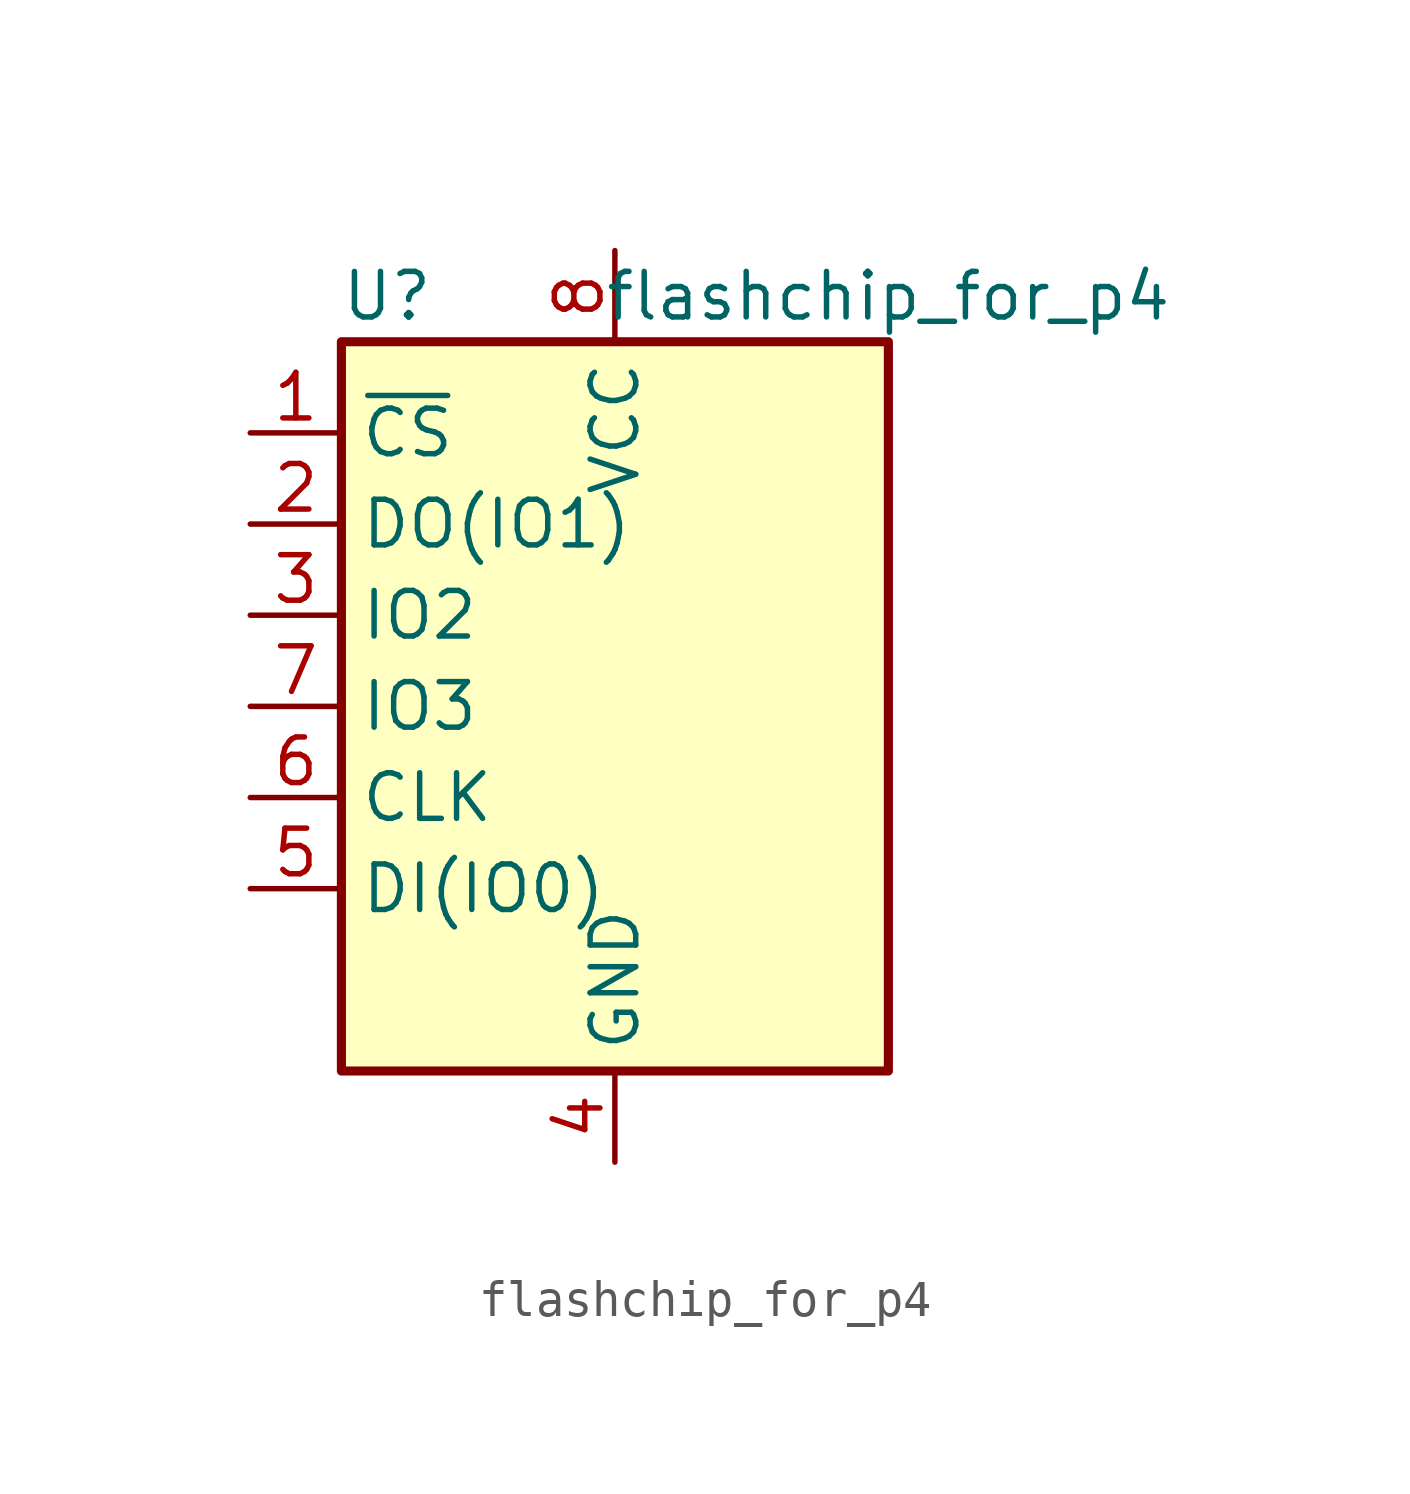
<source format=kicad_sym>
(kicad_symbol_lib
  (version 20231120)
  (generator "kicad_symbol_editor")
  (generator_version "8.0")
  (symbol "flashchip_for_p4"
    (property "Reference" "U"
      (at -6.35 11.43 0)
      (effects (font (size 1.27 1.27))))
    (property "Value" "flashchip_for_p4"
      (at 7.62 11.43 0)
      (effects (font (size 1.27 1.27))))
    (symbol "flashchip_for_p4_0_1"
      (rectangle (start -7.62 10.16) (end 7.62 -10.16) (stroke (width 0.254) (type default)) (fill (type background))))
    (symbol "flashchip_for_p4_1_1"
      (pin input line (at -10.16 7.62 0) (length 2.54) (name "~{CS}" (effects (font (size 1.27 1.27)))) (number "1" (effects (font (size 1.27 1.27)))))
      (pin bidirectional line (at -10.16 5.08 0) (length 2.54) (name "DO(IO1)" (effects (font (size 1.27 1.27)))) (number "2" (effects (font (size 1.27 1.27)))))
      (pin bidirectional line (at -10.16 2.54 0) (length 2.54) (name "IO2" (effects (font (size 1.27 1.27)))) (number "3" (effects (font (size 1.27 1.27)))))
      (pin power_in line (at 0 -12.7 90) (length 2.54) (name "GND" (effects (font (size 1.27 1.27)))) (number "4" (effects (font (size 1.27 1.27)))))
      (pin bidirectional line (at -10.16 -5.08 0) (length 2.54) (name "DI(IO0)" (effects (font (size 1.27 1.27)))) (number "5" (effects (font (size 1.27 1.27)))))
      (pin input line (at -10.16 -2.54 0) (length 2.54) (name "CLK" (effects (font (size 1.27 1.27)))) (number "6" (effects (font (size 1.27 1.27)))))
      (pin bidirectional line (at -10.16 0 0) (length 2.54) (name "IO3" (effects (font (size 1.27 1.27)))) (number "7" (effects (font (size 1.27 1.27)))))
      (pin power_in line (at 0 12.7 270) (length 2.54) (name "VCC" (effects (font (size 1.27 1.27)))) (number "8" (effects (font (size 1.27 1.27))))))))
</source>
